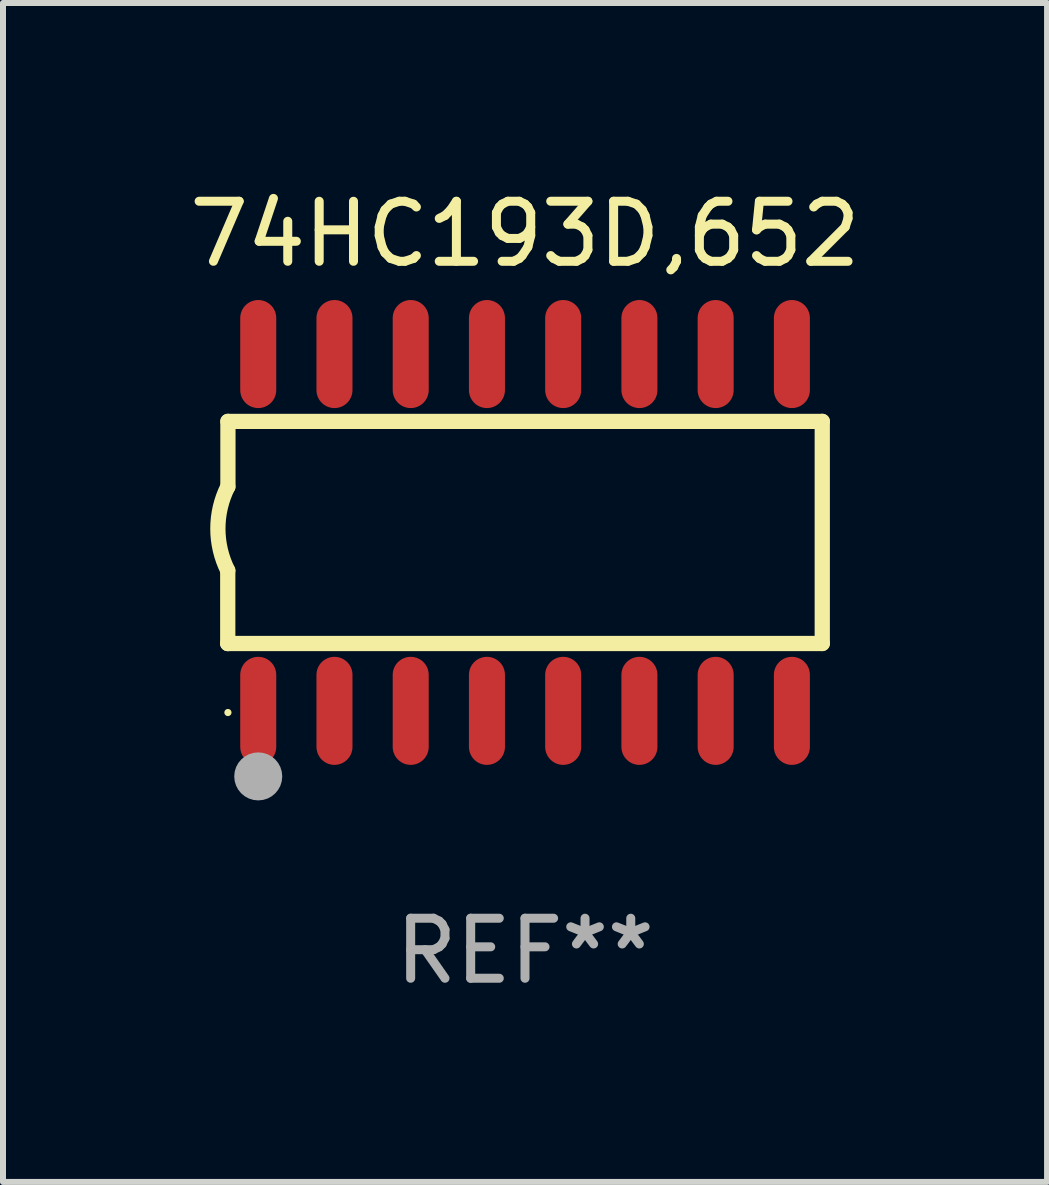
<source format=kicad_pcb>
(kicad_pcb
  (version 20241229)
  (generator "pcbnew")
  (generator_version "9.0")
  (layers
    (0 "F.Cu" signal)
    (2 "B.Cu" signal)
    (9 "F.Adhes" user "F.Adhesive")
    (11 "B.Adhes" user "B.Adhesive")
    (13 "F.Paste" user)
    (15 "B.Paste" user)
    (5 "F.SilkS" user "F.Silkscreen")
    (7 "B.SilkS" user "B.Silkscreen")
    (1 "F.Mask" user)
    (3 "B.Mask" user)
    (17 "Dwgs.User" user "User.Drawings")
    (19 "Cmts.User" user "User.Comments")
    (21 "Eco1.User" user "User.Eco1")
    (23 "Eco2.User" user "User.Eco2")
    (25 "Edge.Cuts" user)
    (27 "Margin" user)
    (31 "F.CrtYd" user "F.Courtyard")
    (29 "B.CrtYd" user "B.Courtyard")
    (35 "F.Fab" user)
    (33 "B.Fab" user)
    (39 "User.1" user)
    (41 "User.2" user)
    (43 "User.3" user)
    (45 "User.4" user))
  (footprint "74HC193D,652"
    (layer "F.Cu")
    (at 5.696 5.82)
    (property "Reference" "74HC193D,652" (at 0 -4.972 0) (layer "F.SilkS") (effects (font (size 1 1) (thickness 0.15))))
    (attr through_hole)
    (fp_line (start -4.952 0.635) (end -4.952 1.85) (stroke (width 0.254) (type solid)) (layer "F.SilkS"))
    (fp_line (start -4.952 1.85) (end -4.949 1.85) (stroke (width 0.254) (type solid)) (layer "F.SilkS"))
    (fp_line (start -4.949 -1.85) (end -4.949 -0.762) (stroke (width 0.254) (type solid)) (layer "F.SilkS"))
    (fp_line (start -4.949 1.85) (end 4.952 1.85) (stroke (width 0.254) (type solid)) (layer "F.SilkS"))
    (fp_line (start 4.952 -1.85) (end -4.949 -1.85) (stroke (width 0.254) (type solid)) (layer "F.SilkS"))
    (fp_line (start 4.952 1.85) (end 4.952 -1.85) (stroke (width 0.254) (type solid)) (layer "F.SilkS"))
    (fp_arc (start -4.951524 0.635001) (mid -5.116418 -0.0635) (end -4.951524 -0.762002) (stroke (width 0.254001) (type solid)) (layer "F.SilkS"))
    (fp_circle (center -4.949 3) (end -4.919 3) (stroke (width 0.06) (type solid)) (fill no) (layer "F.SilkS"))
    (fp_circle (center -4.444 4.064) (end -4.244 4.064) (stroke (width 0.4) (type solid)) (fill no) (layer "F.Fab"))
    (fp_text user "REF**" (at 0 6.972 0) (layer "F.Fab") (effects (font (size 1 1) (thickness 0.15))))
    (pad "1" smd oval (at -4.444 2.972 180) (size 0.6 1.8) (layers "F.Cu" "F.Mask" "F.Paste"))
    (pad "2" smd oval (at -3.174 2.972 180) (size 0.6 1.8) (layers "F.Cu" "F.Mask" "F.Paste"))
    (pad "3" smd oval (at -1.904 2.972 180) (size 0.6 1.8) (layers "F.Cu" "F.Mask" "F.Paste"))
    (pad "4" smd oval (at -0.634 2.972 180) (size 0.6 1.8) (layers "F.Cu" "F.Mask" "F.Paste"))
    (pad "5" smd oval (at 0.636 2.972 180) (size 0.6 1.8) (layers "F.Cu" "F.Mask" "F.Paste"))
    (pad "6" smd oval (at 1.906 2.972 180) (size 0.6 1.8) (layers "F.Cu" "F.Mask" "F.Paste"))
    (pad "7" smd oval (at 3.176 2.972 180) (size 0.6 1.8) (layers "F.Cu" "F.Mask" "F.Paste"))
    (pad "8" smd oval (at 4.446 2.972 180) (size 0.6 1.8) (layers "F.Cu" "F.Mask" "F.Paste"))
    (pad "9" smd oval (at 4.446 -2.972 180) (size 0.6 1.8) (layers "F.Cu" "F.Mask" "F.Paste"))
    (pad "10" smd oval (at 3.176 -2.972 180) (size 0.6 1.8) (layers "F.Cu" "F.Mask" "F.Paste"))
    (pad "11" smd oval (at 1.906 -2.972 180) (size 0.6 1.8) (layers "F.Cu" "F.Mask" "F.Paste"))
    (pad "12" smd oval (at 0.636 -2.972 180) (size 0.6 1.8) (layers "F.Cu" "F.Mask" "F.Paste"))
    (pad "13" smd oval (at -0.634 -2.972 180) (size 0.6 1.8) (layers "F.Cu" "F.Mask" "F.Paste"))
    (pad "14" smd oval (at -1.904 -2.972 180) (size 0.6 1.8) (layers "F.Cu" "F.Mask" "F.Paste"))
    (pad "15" smd oval (at -3.174 -2.972 180) (size 0.6 1.8) (layers "F.Cu" "F.Mask" "F.Paste"))
    (pad "16" smd oval (at -4.444 -2.972 180) (size 0.6 1.8) (layers "F.Cu" "F.Mask" "F.Paste")))
  (gr_rect
    (start -3 -3)
    (end 14.393 16.64)
    (stroke (width 0.1) (type default))
    (fill no)
    (layer "Edge.Cuts")))
</source>
